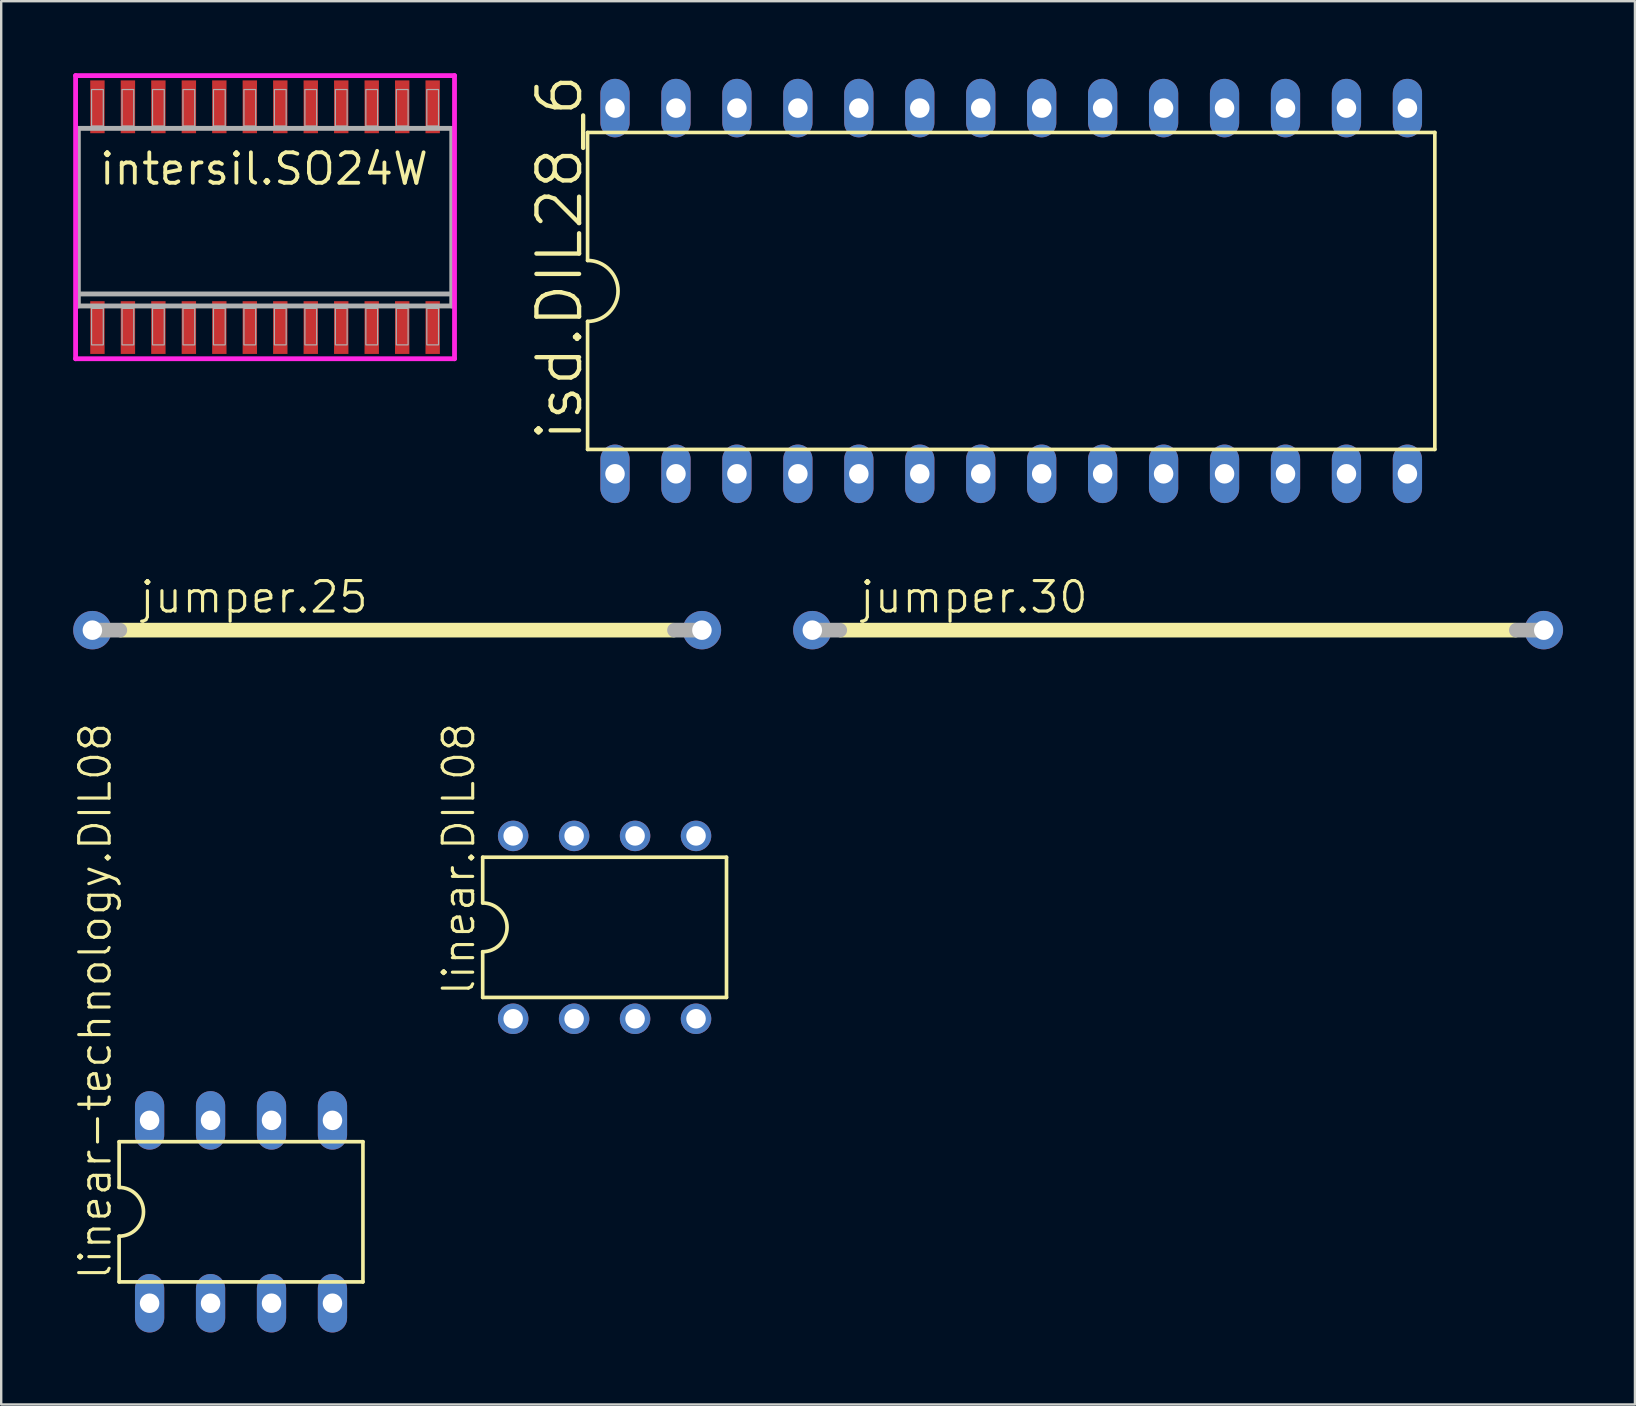
<source format=kicad_pcb>
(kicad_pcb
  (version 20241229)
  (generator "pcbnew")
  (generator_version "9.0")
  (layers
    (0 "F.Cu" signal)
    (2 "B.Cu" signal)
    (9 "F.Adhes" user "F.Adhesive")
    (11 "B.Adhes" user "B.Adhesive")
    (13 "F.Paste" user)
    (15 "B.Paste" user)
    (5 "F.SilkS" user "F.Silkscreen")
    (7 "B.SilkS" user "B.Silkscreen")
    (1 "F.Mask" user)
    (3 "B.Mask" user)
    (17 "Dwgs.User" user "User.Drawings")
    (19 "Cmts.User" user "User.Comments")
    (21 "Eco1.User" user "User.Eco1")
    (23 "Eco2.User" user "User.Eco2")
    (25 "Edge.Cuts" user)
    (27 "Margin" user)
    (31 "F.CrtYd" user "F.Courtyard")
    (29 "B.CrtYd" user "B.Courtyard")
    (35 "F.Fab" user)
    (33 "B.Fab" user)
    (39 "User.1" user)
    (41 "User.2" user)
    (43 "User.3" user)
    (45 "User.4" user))
  (footprint "jumper.25"
    (layer "F.Cu")
    (at 13.5 23.209)
    (property "Reference" "jumper.25" (at -10.795 -0.635 0) (layer "F.SilkS") (effects (font (size 1.27 1.27) (thickness 0.13)) (justify left bottom)))
    (attr through_hole)
    (fp_line (start -11.506 0) (end 11.506 0) (stroke (width 0.61) (type default)) (layer "F.SilkS"))
    (fp_line (start -12.7 0) (end -11.557 0) (stroke (width 0.61) (type default)) (layer "F.Fab"))
    (fp_line (start 12.7 0) (end 11.557 0) (stroke (width 0.61) (type default)) (layer "F.Fab"))
    (pad "1" thru_hole circle (at -12.7 0) (size 1.6 1.6) (drill 0.813) (layers "*.Cu" "*.Mask"))
    (pad "2" thru_hole circle (at 12.7 0) (size 1.6 1.6) (drill 0.813) (layers "*.Cu" "*.Mask")))
  (footprint "isd.DIL28_6"
    (layer "F.Cu")
    (at 39.088 9.074)
    (property "Reference" "isd.DIL28_6" (at -17.78 6.35 90) (layer "F.SilkS") (effects (font (size 1.778 1.778) (thickness 0.18)) (justify left bottom)))
    (attr through_hole)
    (fp_line (start -17.653 -6.604) (end -17.653 -1.27) (stroke (width 0.152) (type default)) (layer "F.SilkS"))
    (fp_line (start -17.653 -6.604) (end 17.653 -6.604) (stroke (width 0.152) (type default)) (layer "F.SilkS"))
    (fp_line (start -17.653 1.27) (end -17.653 6.604) (stroke (width 0.152) (type default)) (layer "F.SilkS"))
    (fp_line (start -17.653 6.604) (end 17.653 6.604) (stroke (width 0.152) (type default)) (layer "F.SilkS"))
    (fp_line (start 17.653 6.604) (end 17.653 -6.604) (stroke (width 0.152) (type default)) (layer "F.SilkS"))
    (fp_arc (start -17.653 -1.27) (mid -16.383 0) (end -17.653 1.27) (stroke (width 0.1524) (type default)) (layer "F.SilkS"))
    (pad "1" thru_hole oval (at -16.51 7.62 90) (size 2.438 1.219) (drill 0.813) (layers "*.Cu" "*.Mask"))
    (pad "2" thru_hole oval (at -13.97 7.62 90) (size 2.438 1.219) (drill 0.813) (layers "*.Cu" "*.Mask"))
    (pad "3" thru_hole oval (at -11.43 7.62 90) (size 2.438 1.219) (drill 0.813) (layers "*.Cu" "*.Mask"))
    (pad "4" thru_hole oval (at -8.89 7.62 90) (size 2.438 1.219) (drill 0.813) (layers "*.Cu" "*.Mask"))
    (pad "5" thru_hole oval (at -6.35 7.62 90) (size 2.438 1.219) (drill 0.813) (layers "*.Cu" "*.Mask"))
    (pad "6" thru_hole oval (at -3.81 7.62 90) (size 2.438 1.219) (drill 0.813) (layers "*.Cu" "*.Mask"))
    (pad "7" thru_hole oval (at -1.27 7.62 90) (size 2.438 1.219) (drill 0.813) (layers "*.Cu" "*.Mask"))
    (pad "8" thru_hole oval (at 1.27 7.62 90) (size 2.438 1.219) (drill 0.813) (layers "*.Cu" "*.Mask"))
    (pad "9" thru_hole oval (at 3.81 7.62 90) (size 2.438 1.219) (drill 0.813) (layers "*.Cu" "*.Mask"))
    (pad "10" thru_hole oval (at 6.35 7.62 90) (size 2.438 1.219) (drill 0.813) (layers "*.Cu" "*.Mask"))
    (pad "11" thru_hole oval (at 8.89 7.62 90) (size 2.438 1.219) (drill 0.813) (layers "*.Cu" "*.Mask"))
    (pad "12" thru_hole oval (at 11.43 7.62 90) (size 2.438 1.219) (drill 0.813) (layers "*.Cu" "*.Mask"))
    (pad "13" thru_hole oval (at 13.97 7.62 90) (size 2.438 1.219) (drill 0.813) (layers "*.Cu" "*.Mask"))
    (pad "14" thru_hole oval (at 16.51 7.62 90) (size 2.438 1.219) (drill 0.813) (layers "*.Cu" "*.Mask"))
    (pad "15" thru_hole oval (at 16.51 -7.62 90) (size 2.438 1.219) (drill 0.813) (layers "*.Cu" "*.Mask"))
    (pad "16" thru_hole oval (at 13.97 -7.62 90) (size 2.438 1.219) (drill 0.813) (layers "*.Cu" "*.Mask"))
    (pad "17" thru_hole oval (at 11.43 -7.62 90) (size 2.438 1.219) (drill 0.813) (layers "*.Cu" "*.Mask"))
    (pad "18" thru_hole oval (at 8.89 -7.62 90) (size 2.438 1.219) (drill 0.813) (layers "*.Cu" "*.Mask"))
    (pad "19" thru_hole oval (at 6.35 -7.62 90) (size 2.438 1.219) (drill 0.813) (layers "*.Cu" "*.Mask"))
    (pad "20" thru_hole oval (at 3.81 -7.62 90) (size 2.438 1.219) (drill 0.813) (layers "*.Cu" "*.Mask"))
    (pad "21" thru_hole oval (at 1.27 -7.62 90) (size 2.438 1.219) (drill 0.813) (layers "*.Cu" "*.Mask"))
    (pad "22" thru_hole oval (at -1.27 -7.62 90) (size 2.438 1.219) (drill 0.813) (layers "*.Cu" "*.Mask"))
    (pad "23" thru_hole oval (at -3.81 -7.62 90) (size 2.438 1.219) (drill 0.813) (layers "*.Cu" "*.Mask"))
    (pad "24" thru_hole oval (at -6.35 -7.62 90) (size 2.438 1.219) (drill 0.813) (layers "*.Cu" "*.Mask"))
    (pad "25" thru_hole oval (at -8.89 -7.62 90) (size 2.438 1.219) (drill 0.813) (layers "*.Cu" "*.Mask"))
    (pad "26" thru_hole oval (at -11.43 -7.62 90) (size 2.438 1.219) (drill 0.813) (layers "*.Cu" "*.Mask"))
    (pad "27" thru_hole oval (at -13.97 -7.62 90) (size 2.438 1.219) (drill 0.813) (layers "*.Cu" "*.Mask"))
    (pad "28" thru_hole oval (at -16.51 -7.62 90) (size 2.438 1.219) (drill 0.813) (layers "*.Cu" "*.Mask")))
  (footprint "intersil.SO24W"
    (layer "F.Cu")
    (at 7.995 6)
    (property "Reference" "intersil.SO24W" (at -6.985 -1.27 0) (layer "F.SilkS") (effects (font (size 1.27 1.27) (thickness 0.16)) (justify left bottom)))
    (attr smd)
    (fp_line (start -7.895 -5.9) (end 7.895 -5.9) (stroke (width 0.2) (type default)) (layer "F.CrtYd"))
    (fp_line (start -7.895 5.9) (end -7.895 -5.9) (stroke (width 0.2) (type default)) (layer "F.CrtYd"))
    (fp_line (start 7.895 -5.9) (end 7.895 5.9) (stroke (width 0.2) (type default)) (layer "F.CrtYd"))
    (fp_line (start 7.895 5.9) (end -7.895 5.9) (stroke (width 0.2) (type default)) (layer "F.CrtYd"))
    (fp_line (start -7.78 -3.7) (end 7.78 -3.7) (stroke (width 0.203) (type default)) (layer "F.Fab"))
    (fp_line (start -7.78 3.2) (end -7.78 -3.7) (stroke (width 0.203) (type default)) (layer "F.Fab"))
    (fp_line (start -7.78 3.7) (end -7.78 3.2) (stroke (width 0.203) (type default)) (layer "F.Fab"))
    (fp_line (start 7.78 -3.7) (end 7.78 3.2) (stroke (width 0.203) (type default)) (layer "F.Fab"))
    (fp_line (start 7.78 3.2) (end -7.78 3.2) (stroke (width 0.203) (type default)) (layer "F.Fab"))
    (fp_line (start 7.78 3.2) (end 7.78 3.7) (stroke (width 0.203) (type default)) (layer "F.Fab"))
    (fp_line (start 7.78 3.7) (end -7.78 3.7) (stroke (width 0.203) (type default)) (layer "F.Fab"))
    (fp_rect (start -7.23 -3.8) (end -6.74 -5.32) (stroke (width 0.05) (type default)) (fill no) (layer "F.Fab"))
    (fp_rect (start -7.23 5.32) (end -6.74 3.8) (stroke (width 0.05) (type default)) (fill no) (layer "F.Fab"))
    (fp_rect (start -5.96 -3.8) (end -5.47 -5.32) (stroke (width 0.05) (type default)) (fill no) (layer "F.Fab"))
    (fp_rect (start -5.96 5.32) (end -5.47 3.8) (stroke (width 0.05) (type default)) (fill no) (layer "F.Fab"))
    (fp_rect (start -4.69 -3.8) (end -4.2 -5.32) (stroke (width 0.05) (type default)) (fill no) (layer "F.Fab"))
    (fp_rect (start -4.69 5.32) (end -4.2 3.8) (stroke (width 0.05) (type default)) (fill no) (layer "F.Fab"))
    (fp_rect (start -3.42 -3.8) (end -2.93 -5.32) (stroke (width 0.05) (type default)) (fill no) (layer "F.Fab"))
    (fp_rect (start -3.42 5.32) (end -2.93 3.8) (stroke (width 0.05) (type default)) (fill no) (layer "F.Fab"))
    (fp_rect (start -2.15 -3.8) (end -1.66 -5.32) (stroke (width 0.05) (type default)) (fill no) (layer "F.Fab"))
    (fp_rect (start -2.15 5.32) (end -1.66 3.8) (stroke (width 0.05) (type default)) (fill no) (layer "F.Fab"))
    (fp_rect (start -0.88 -3.8) (end -0.39 -5.32) (stroke (width 0.05) (type default)) (fill no) (layer "F.Fab"))
    (fp_rect (start -0.88 5.32) (end -0.39 3.8) (stroke (width 0.05) (type default)) (fill no) (layer "F.Fab"))
    (fp_rect (start 0.39 -3.8) (end 0.88 -5.32) (stroke (width 0.05) (type default)) (fill no) (layer "F.Fab"))
    (fp_rect (start 0.39 5.32) (end 0.88 3.8) (stroke (width 0.05) (type default)) (fill no) (layer "F.Fab"))
    (fp_rect (start 1.66 -3.8) (end 2.15 -5.32) (stroke (width 0.05) (type default)) (fill no) (layer "F.Fab"))
    (fp_rect (start 1.66 5.32) (end 2.15 3.8) (stroke (width 0.05) (type default)) (fill no) (layer "F.Fab"))
    (fp_rect (start 2.93 -3.8) (end 3.42 -5.32) (stroke (width 0.05) (type default)) (fill no) (layer "F.Fab"))
    (fp_rect (start 2.93 5.32) (end 3.42 3.8) (stroke (width 0.05) (type default)) (fill no) (layer "F.Fab"))
    (fp_rect (start 4.2 -3.8) (end 4.69 -5.32) (stroke (width 0.05) (type default)) (fill no) (layer "F.Fab"))
    (fp_rect (start 4.2 5.32) (end 4.69 3.8) (stroke (width 0.05) (type default)) (fill no) (layer "F.Fab"))
    (fp_rect (start 5.47 -3.8) (end 5.96 -5.32) (stroke (width 0.05) (type default)) (fill no) (layer "F.Fab"))
    (fp_rect (start 5.47 5.32) (end 5.96 3.8) (stroke (width 0.05) (type default)) (fill no) (layer "F.Fab"))
    (fp_rect (start 6.74 -3.8) (end 7.23 -5.32) (stroke (width 0.05) (type default)) (fill no) (layer "F.Fab"))
    (fp_rect (start 6.74 5.32) (end 7.23 3.8) (stroke (width 0.05) (type default)) (fill no) (layer "F.Fab"))
    (pad "1" smd roundrect (at -6.985 4.6) (size 0.6 2.2) (layers "F.Cu" "F.Mask" "F.Paste") (roundrect_rratio 0.01))
    (pad "2" smd roundrect (at -5.715 4.6) (size 0.6 2.2) (layers "F.Cu" "F.Mask" "F.Paste") (roundrect_rratio 0.01))
    (pad "3" smd roundrect (at -4.445 4.6) (size 0.6 2.2) (layers "F.Cu" "F.Mask" "F.Paste") (roundrect_rratio 0.01))
    (pad "4" smd roundrect (at -3.175 4.6) (size 0.6 2.2) (layers "F.Cu" "F.Mask" "F.Paste") (roundrect_rratio 0.01))
    (pad "5" smd roundrect (at -1.905 4.6) (size 0.6 2.2) (layers "F.Cu" "F.Mask" "F.Paste") (roundrect_rratio 0.01))
    (pad "6" smd roundrect (at -0.635 4.6) (size 0.6 2.2) (layers "F.Cu" "F.Mask" "F.Paste") (roundrect_rratio 0.01))
    (pad "7" smd roundrect (at 0.635 4.6) (size 0.6 2.2) (layers "F.Cu" "F.Mask" "F.Paste") (roundrect_rratio 0.01))
    (pad "8" smd roundrect (at 1.905 4.6) (size 0.6 2.2) (layers "F.Cu" "F.Mask" "F.Paste") (roundrect_rratio 0.01))
    (pad "9" smd roundrect (at 3.175 4.6) (size 0.6 2.2) (layers "F.Cu" "F.Mask" "F.Paste") (roundrect_rratio 0.01))
    (pad "10" smd roundrect (at 4.445 4.6) (size 0.6 2.2) (layers "F.Cu" "F.Mask" "F.Paste") (roundrect_rratio 0.01))
    (pad "11" smd roundrect (at 5.715 4.6) (size 0.6 2.2) (layers "F.Cu" "F.Mask" "F.Paste") (roundrect_rratio 0.01))
    (pad "12" smd roundrect (at 6.985 4.6) (size 0.6 2.2) (layers "F.Cu" "F.Mask" "F.Paste") (roundrect_rratio 0.01))
    (pad "13" smd roundrect (at 6.985 -4.6) (size 0.6 2.2) (layers "F.Cu" "F.Mask" "F.Paste") (roundrect_rratio 0.01))
    (pad "14" smd roundrect (at 5.715 -4.6) (size 0.6 2.2) (layers "F.Cu" "F.Mask" "F.Paste") (roundrect_rratio 0.01))
    (pad "15" smd roundrect (at 4.445 -4.6) (size 0.6 2.2) (layers "F.Cu" "F.Mask" "F.Paste") (roundrect_rratio 0.01))
    (pad "16" smd roundrect (at 3.175 -4.6) (size 0.6 2.2) (layers "F.Cu" "F.Mask" "F.Paste") (roundrect_rratio 0.01))
    (pad "17" smd roundrect (at 1.905 -4.6) (size 0.6 2.2) (layers "F.Cu" "F.Mask" "F.Paste") (roundrect_rratio 0.01))
    (pad "18" smd roundrect (at 0.635 -4.6) (size 0.6 2.2) (layers "F.Cu" "F.Mask" "F.Paste") (roundrect_rratio 0.01))
    (pad "19" smd roundrect (at -0.635 -4.6) (size 0.6 2.2) (layers "F.Cu" "F.Mask" "F.Paste") (roundrect_rratio 0.01))
    (pad "20" smd roundrect (at -1.905 -4.6) (size 0.6 2.2) (layers "F.Cu" "F.Mask" "F.Paste") (roundrect_rratio 0.01))
    (pad "21" smd roundrect (at -3.175 -4.6) (size 0.6 2.2) (layers "F.Cu" "F.Mask" "F.Paste") (roundrect_rratio 0.01))
    (pad "22" smd roundrect (at -4.445 -4.6) (size 0.6 2.2) (layers "F.Cu" "F.Mask" "F.Paste") (roundrect_rratio 0.01))
    (pad "23" smd roundrect (at -5.715 -4.6) (size 0.6 2.2) (layers "F.Cu" "F.Mask" "F.Paste") (roundrect_rratio 0.01))
    (pad "24" smd roundrect (at -6.985 -4.6) (size 0.6 2.2) (layers "F.Cu" "F.Mask" "F.Paste") (roundrect_rratio 0.01)))
  (footprint "linear-technology.DIL08"
    (layer "F.Cu")
    (at 6.994 47.447)
    (property "Reference" "linear-technology.DIL08" (at -5.334 2.921 90) (layer "F.SilkS") (effects (font (size 1.27 1.27) (thickness 0.13)) (justify left bottom)))
    (attr through_hole)
    (fp_line (start -5.08 -2.921) (end -5.08 -1.016) (stroke (width 0.152) (type default)) (layer "F.SilkS"))
    (fp_line (start -5.08 2.921) (end -5.08 1.016) (stroke (width 0.152) (type default)) (layer "F.SilkS"))
    (fp_line (start -5.08 2.921) (end 5.08 2.921) (stroke (width 0.152) (type default)) (layer "F.SilkS"))
    (fp_line (start 5.08 -2.921) (end -5.08 -2.921) (stroke (width 0.152) (type default)) (layer "F.SilkS"))
    (fp_line (start 5.08 -2.921) (end 5.08 2.921) (stroke (width 0.152) (type default)) (layer "F.SilkS"))
    (fp_arc (start -5.08 -1.016) (mid -4.064 0) (end -5.08 1.016) (stroke (width 0.1524) (type default)) (layer "F.SilkS"))
    (pad "1" thru_hole oval (at -3.81 3.81 90) (size 2.438 1.219) (drill 0.813) (layers "*.Cu" "*.Mask"))
    (pad "2" thru_hole oval (at -1.27 3.81 90) (size 2.438 1.219) (drill 0.813) (layers "*.Cu" "*.Mask"))
    (pad "3" thru_hole oval (at 1.27 3.81 90) (size 2.438 1.219) (drill 0.813) (layers "*.Cu" "*.Mask"))
    (pad "4" thru_hole oval (at 3.81 3.81 90) (size 2.438 1.219) (drill 0.813) (layers "*.Cu" "*.Mask"))
    (pad "5" thru_hole oval (at 3.81 -3.81 90) (size 2.438 1.219) (drill 0.813) (layers "*.Cu" "*.Mask"))
    (pad "6" thru_hole oval (at 1.27 -3.81 90) (size 2.438 1.219) (drill 0.813) (layers "*.Cu" "*.Mask"))
    (pad "7" thru_hole oval (at -1.27 -3.81 90) (size 2.438 1.219) (drill 0.813) (layers "*.Cu" "*.Mask"))
    (pad "8" thru_hole oval (at -3.81 -3.81 90) (size 2.438 1.219) (drill 0.813) (layers "*.Cu" "*.Mask")))
  (footprint "jumper.30"
    (layer "F.Cu")
    (at 46.04 23.209)
    (property "Reference" "jumper.30" (at -13.335 -0.635 0) (layer "F.SilkS") (effects (font (size 1.27 1.27) (thickness 0.13)) (justify left bottom)))
    (attr through_hole)
    (fp_line (start -14.046 0) (end 14.046 0) (stroke (width 0.61) (type default)) (layer "F.SilkS"))
    (fp_line (start -15.24 0) (end -14.097 0) (stroke (width 0.61) (type default)) (layer "F.Fab"))
    (fp_line (start 15.24 0) (end 14.097 0) (stroke (width 0.61) (type default)) (layer "F.Fab"))
    (pad "1" thru_hole circle (at -15.24 0) (size 1.6 1.6) (drill 0.813) (layers "*.Cu" "*.Mask"))
    (pad "2" thru_hole circle (at 15.24 0) (size 1.6 1.6) (drill 0.813) (layers "*.Cu" "*.Mask")))
  (footprint "linear.DIL08"
    (layer "F.Cu")
    (at 22.144 35.593)
    (property "Reference" "linear.DIL08" (at -5.334 2.921 90) (layer "F.SilkS") (effects (font (size 1.27 1.27) (thickness 0.13)) (justify left bottom)))
    (attr through_hole)
    (fp_line (start -5.08 -2.921) (end -5.08 -1.016) (stroke (width 0.152) (type default)) (layer "F.SilkS"))
    (fp_line (start -5.08 2.921) (end -5.08 1.016) (stroke (width 0.152) (type default)) (layer "F.SilkS"))
    (fp_line (start -5.08 2.921) (end 5.08 2.921) (stroke (width 0.152) (type default)) (layer "F.SilkS"))
    (fp_line (start 5.08 -2.921) (end -5.08 -2.921) (stroke (width 0.152) (type default)) (layer "F.SilkS"))
    (fp_line (start 5.08 -2.921) (end 5.08 2.921) (stroke (width 0.152) (type default)) (layer "F.SilkS"))
    (fp_arc (start -5.08 -1.016) (mid -4.064 0) (end -5.08 1.016) (stroke (width 0.1524) (type default)) (layer "F.SilkS"))
    (pad "1" thru_hole circle (at -3.81 3.81 90) (size 1.27 1.27) (drill 0.813) (layers "*.Cu" "*.Mask"))
    (pad "2" thru_hole circle (at -1.27 3.81 90) (size 1.27 1.27) (drill 0.813) (layers "*.Cu" "*.Mask"))
    (pad "3" thru_hole circle (at 1.27 3.81 90) (size 1.27 1.27) (drill 0.813) (layers "*.Cu" "*.Mask"))
    (pad "4" thru_hole circle (at 3.81 3.81 90) (size 1.27 1.27) (drill 0.813) (layers "*.Cu" "*.Mask"))
    (pad "5" thru_hole circle (at 3.81 -3.81 90) (size 1.27 1.27) (drill 0.813) (layers "*.Cu" "*.Mask"))
    (pad "6" thru_hole circle (at 1.27 -3.81 90) (size 1.27 1.27) (drill 0.813) (layers "*.Cu" "*.Mask"))
    (pad "7" thru_hole circle (at -1.27 -3.81 90) (size 1.27 1.27) (drill 0.813) (layers "*.Cu" "*.Mask"))
    (pad "8" thru_hole circle (at -3.81 -3.81 90) (size 1.27 1.27) (drill 0.813) (layers "*.Cu" "*.Mask")))
  (gr_rect
    (start -3 -3)
    (end 65.08 55.476)
    (stroke (width 0.1) (type default))
    (fill no)
    (layer "Edge.Cuts")))
</source>
